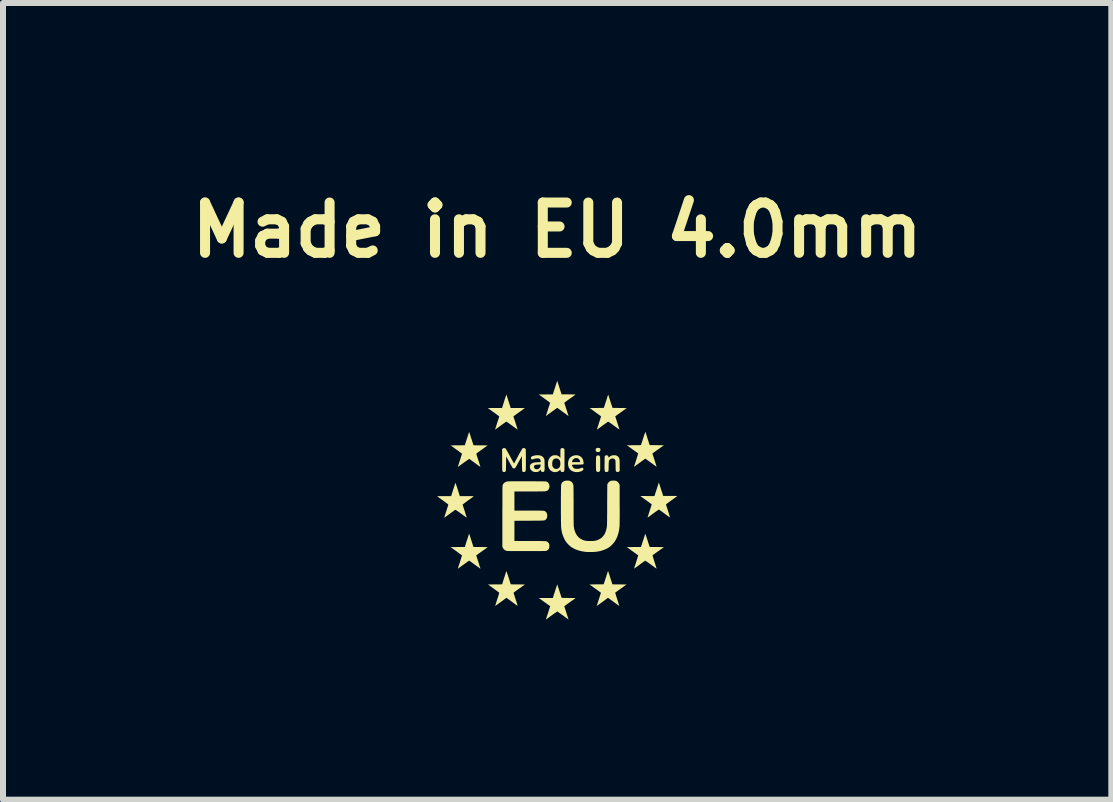
<source format=kicad_pcb>
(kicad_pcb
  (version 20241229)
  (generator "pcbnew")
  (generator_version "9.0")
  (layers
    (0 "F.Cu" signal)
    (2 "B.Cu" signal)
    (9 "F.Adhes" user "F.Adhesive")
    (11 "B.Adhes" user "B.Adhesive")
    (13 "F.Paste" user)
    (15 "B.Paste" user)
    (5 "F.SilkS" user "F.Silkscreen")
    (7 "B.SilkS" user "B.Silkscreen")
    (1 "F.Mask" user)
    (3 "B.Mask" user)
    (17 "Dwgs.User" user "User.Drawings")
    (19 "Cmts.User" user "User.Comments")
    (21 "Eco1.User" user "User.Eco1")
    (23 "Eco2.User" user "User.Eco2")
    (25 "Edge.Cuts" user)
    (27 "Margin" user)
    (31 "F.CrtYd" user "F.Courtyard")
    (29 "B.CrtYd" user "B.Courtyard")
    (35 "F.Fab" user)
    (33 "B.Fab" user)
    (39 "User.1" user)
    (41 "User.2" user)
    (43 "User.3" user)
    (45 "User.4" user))
  (footprint "Made in EU 4.0mm"
    (layer "F.Cu")
    (at 6.232 5.283)
    (property "Reference" "Made in EU 4.0mm" (at 0 -4.5 180) (layer "F.SilkS") (effects (font (size 0.838 0.838) (thickness 0.167))))
    (attr board_only exclude_from_pos_files exclude_from_bom)
    (fp_poly (pts (xy 0.694 -0.871) (xy 0.707 -0.867) (xy 0.716 -0.86) (xy 0.72 -0.848) (xy 0.721 -0.837) (xy 0.718 -0.823) (xy 0.711 -0.811) (xy 0.702 -0.805) (xy 0.692 -0.802) (xy 0.679 -0.801) (xy 0.666 -0.803) (xy 0.659 -0.805) (xy 0.649 -0.812) (xy 0.644 -0.823) (xy 0.641 -0.835) (xy 0.642 -0.848) (xy 0.647 -0.859) (xy 0.651 -0.864) (xy 0.657 -0.868) (xy 0.665 -0.87) (xy 0.677 -0.872)) (stroke (width 0) (type solid)) (fill yes) (layer "F.SilkS"))
    (fp_poly (pts (xy 0.696 -0.745) (xy 0.706 -0.739) (xy 0.713 -0.727) (xy 0.715 -0.72) (xy 0.715 -0.714) (xy 0.716 -0.703) (xy 0.716 -0.687) (xy 0.717 -0.668) (xy 0.717 -0.647) (xy 0.717 -0.624) (xy 0.717 -0.601) (xy 0.717 -0.578) (xy 0.717 -0.557) (xy 0.717 -0.538) (xy 0.717 -0.521) (xy 0.716 -0.509) (xy 0.716 -0.502) (xy 0.711 -0.487) (xy 0.705 -0.479) (xy 0.699 -0.474) (xy 0.693 -0.471) (xy 0.683 -0.47) (xy 0.682 -0.47) (xy 0.67 -0.472) (xy 0.66 -0.476) (xy 0.66 -0.476) (xy 0.654 -0.484) (xy 0.649 -0.493) (xy 0.649 -0.494) (xy 0.648 -0.5) (xy 0.648 -0.511) (xy 0.647 -0.526) (xy 0.647 -0.545) (xy 0.646 -0.566) (xy 0.646 -0.589) (xy 0.646 -0.612) (xy 0.646 -0.636) (xy 0.646 -0.658) (xy 0.647 -0.679) (xy 0.647 -0.696) (xy 0.648 -0.711) (xy 0.649 -0.72) (xy 0.649 -0.724) (xy 0.655 -0.736) (xy 0.665 -0.744) (xy 0.679 -0.747) (xy 0.682 -0.747)) (stroke (width 0) (type solid)) (fill yes) (layer "F.SilkS"))
    (fp_poly (pts (xy 1.47 -1.138) (xy 1.47 -1.137) (xy 1.472 -1.134) (xy 1.474 -1.125) (xy 1.479 -1.112) (xy 1.484 -1.095) (xy 1.491 -1.075) (xy 1.498 -1.053) (xy 1.506 -1.028) (xy 1.506 -1.026) (xy 1.541 -0.918) (xy 1.659 -0.917) (xy 1.778 -0.915) (xy 1.682 -0.847) (xy 1.661 -0.832) (xy 1.642 -0.818) (xy 1.625 -0.806) (xy 1.61 -0.795) (xy 1.599 -0.786) (xy 1.591 -0.78) (xy 1.587 -0.777) (xy 1.587 -0.777) (xy 1.588 -0.774) (xy 1.59 -0.766) (xy 1.594 -0.753) (xy 1.6 -0.737) (xy 1.606 -0.718) (xy 1.613 -0.695) (xy 1.621 -0.672) (xy 1.622 -0.667) (xy 1.63 -0.643) (xy 1.637 -0.62) (xy 1.644 -0.6) (xy 1.649 -0.583) (xy 1.653 -0.57) (xy 1.656 -0.561) (xy 1.657 -0.557) (xy 1.657 -0.557) (xy 1.654 -0.559) (xy 1.647 -0.563) (xy 1.637 -0.571) (xy 1.623 -0.581) (xy 1.607 -0.592) (xy 1.588 -0.606) (xy 1.568 -0.621) (xy 1.562 -0.625) (xy 1.469 -0.693) (xy 1.38 -0.628) (xy 1.355 -0.61) (xy 1.335 -0.595) (xy 1.319 -0.583) (xy 1.306 -0.574) (xy 1.296 -0.567) (xy 1.289 -0.562) (xy 1.285 -0.56) (xy 1.282 -0.558) (xy 1.281 -0.559) (xy 1.281 -0.56) (xy 1.281 -0.561) (xy 1.281 -0.562) (xy 1.291 -0.591) (xy 1.3 -0.62) (xy 1.31 -0.648) (xy 1.318 -0.675) (xy 1.326 -0.7) (xy 1.333 -0.723) (xy 1.339 -0.742) (xy 1.344 -0.758) (xy 1.347 -0.77) (xy 1.349 -0.778) (xy 1.349 -0.78) (xy 1.346 -0.782) (xy 1.339 -0.787) (xy 1.328 -0.795) (xy 1.314 -0.805) (xy 1.297 -0.817) (xy 1.278 -0.831) (xy 1.258 -0.845) (xy 1.253 -0.849) (xy 1.16 -0.915) (xy 1.278 -0.916) (xy 1.396 -0.917) (xy 1.422 -0.997) (xy 1.432 -1.029) (xy 1.441 -1.056) (xy 1.448 -1.079) (xy 1.454 -1.097) (xy 1.459 -1.111) (xy 1.463 -1.122) (xy 1.465 -1.129) (xy 1.467 -1.134) (xy 1.469 -1.137) (xy 1.47 -1.138)) (stroke (width 0) (type solid)) (fill yes) (layer "F.SilkS"))
    (fp_poly (pts (xy 0.004 1.409) (xy 0.007 1.418) (xy 0.011 1.431) (xy 0.016 1.448) (xy 0.023 1.468) (xy 0.03 1.49) (xy 0.038 1.514) (xy 0.039 1.518) (xy 0.074 1.627) (xy 0.191 1.629) (xy 0.308 1.63) (xy 0.22 1.693) (xy 0.2 1.708) (xy 0.181 1.721) (xy 0.163 1.734) (xy 0.149 1.744) (xy 0.137 1.753) (xy 0.129 1.759) (xy 0.126 1.761) (xy 0.119 1.767) (xy 0.153 1.874) (xy 0.161 1.898) (xy 0.168 1.921) (xy 0.175 1.941) (xy 0.18 1.958) (xy 0.185 1.972) (xy 0.188 1.981) (xy 0.189 1.985) (xy 0.189 1.985) (xy 0.189 1.988) (xy 0.187 1.987) (xy 0.183 1.984) (xy 0.175 1.978) (xy 0.163 1.969) (xy 0.149 1.959) (xy 0.133 1.947) (xy 0.115 1.934) (xy 0.097 1.921) (xy 0.079 1.908) (xy 0.061 1.895) (xy 0.045 1.883) (xy 0.03 1.873) (xy 0.018 1.864) (xy 0.01 1.858) (xy 0.005 1.854) (xy 0.004 1.854) (xy 0.001 1.855) (xy -0.006 1.86) (xy -0.017 1.867) (xy -0.03 1.876) (xy -0.046 1.887) (xy -0.064 1.899) (xy -0.082 1.912) (xy -0.101 1.926) (xy -0.12 1.939) (xy -0.138 1.953) (xy -0.155 1.965) (xy -0.17 1.976) (xy -0.182 1.985) (xy -0.184 1.987) (xy -0.187 1.989) (xy -0.187 1.986) (xy -0.187 1.986) (xy -0.186 1.982) (xy -0.183 1.973) (xy -0.179 1.96) (xy -0.174 1.944) (xy -0.168 1.925) (xy -0.161 1.905) (xy -0.154 1.884) (xy -0.147 1.863) (xy -0.141 1.842) (xy -0.135 1.823) (xy -0.129 1.806) (xy -0.125 1.792) (xy -0.122 1.783) (xy -0.12 1.778) (xy -0.116 1.766) (xy -0.212 1.697) (xy -0.307 1.629) (xy -0.19 1.629) (xy -0.072 1.629) (xy -0.051 1.562) (xy -0.043 1.54) (xy -0.036 1.516) (xy -0.028 1.491) (xy -0.021 1.469) (xy -0.015 1.451) (xy -0.014 1.449) (xy -0.009 1.433) (xy -0.004 1.421) (xy -0.001 1.411) (xy 0.002 1.406) (xy 0.003 1.405)) (stroke (width 0) (type solid)) (fill yes) (layer "F.SilkS"))
    (fp_poly (pts (xy -0.822 -1.685) (xy -0.815 -1.662) (xy -0.807 -1.639) (xy -0.8 -1.617) (xy -0.794 -1.598) (xy -0.788 -1.581) (xy -0.786 -1.573) (xy -0.774 -1.536) (xy -0.655 -1.536) (xy -0.537 -1.535) (xy -0.622 -1.474) (xy -0.643 -1.459) (xy -0.662 -1.446) (xy -0.679 -1.433) (xy -0.694 -1.422) (xy -0.706 -1.413) (xy -0.714 -1.407) (xy -0.718 -1.405) (xy -0.729 -1.396) (xy -0.693 -1.287) (xy -0.686 -1.263) (xy -0.679 -1.24) (xy -0.672 -1.22) (xy -0.667 -1.203) (xy -0.663 -1.19) (xy -0.66 -1.181) (xy -0.659 -1.177) (xy -0.659 -1.177) (xy -0.662 -1.178) (xy -0.669 -1.183) (xy -0.679 -1.19) (xy -0.693 -1.2) (xy -0.709 -1.212) (xy -0.728 -1.225) (xy -0.748 -1.24) (xy -0.75 -1.242) (xy -0.771 -1.257) (xy -0.79 -1.27) (xy -0.807 -1.283) (xy -0.821 -1.293) (xy -0.833 -1.301) (xy -0.841 -1.307) (xy -0.844 -1.309) (xy -0.844 -1.309) (xy -0.847 -1.308) (xy -0.855 -1.303) (xy -0.866 -1.296) (xy -0.88 -1.286) (xy -0.897 -1.274) (xy -0.916 -1.261) (xy -0.936 -1.246) (xy -0.94 -1.243) (xy -0.961 -1.228) (xy -0.98 -1.214) (xy -0.997 -1.202) (xy -1.011 -1.192) (xy -1.022 -1.184) (xy -1.03 -1.178) (xy -1.034 -1.176) (xy -1.034 -1.176) (xy -1.033 -1.179) (xy -1.031 -1.187) (xy -1.027 -1.199) (xy -1.022 -1.215) (xy -1.016 -1.234) (xy -1.009 -1.256) (xy -1.002 -1.28) (xy -1 -1.285) (xy -0.992 -1.31) (xy -0.985 -1.332) (xy -0.978 -1.352) (xy -0.973 -1.369) (xy -0.969 -1.383) (xy -0.966 -1.392) (xy -0.965 -1.396) (xy -0.965 -1.396) (xy -0.967 -1.398) (xy -0.974 -1.403) (xy -0.984 -1.411) (xy -0.998 -1.421) (xy -1.014 -1.433) (xy -1.033 -1.447) (xy -1.054 -1.462) (xy -1.06 -1.466) (xy -1.156 -1.535) (xy -1.037 -1.536) (xy -0.918 -1.536) (xy -0.89 -1.625) (xy -0.883 -1.648) (xy -0.876 -1.671) (xy -0.869 -1.692) (xy -0.863 -1.71) (xy -0.858 -1.725) (xy -0.855 -1.735) (xy -0.854 -1.737) (xy -0.846 -1.761)) (stroke (width 0) (type solid)) (fill yes) (layer "F.SilkS"))
    (fp_poly (pts (xy -0.845 1.184) (xy -0.842 1.191) (xy -0.837 1.203) (xy -0.832 1.219) (xy -0.826 1.238) (xy -0.818 1.259) (xy -0.811 1.283) (xy -0.808 1.291) (xy -0.773 1.402) (xy -0.655 1.403) (xy -0.537 1.404) (xy -0.632 1.472) (xy -0.653 1.487) (xy -0.672 1.501) (xy -0.689 1.513) (xy -0.704 1.524) (xy -0.715 1.533) (xy -0.723 1.539) (xy -0.726 1.542) (xy -0.726 1.542) (xy -0.726 1.545) (xy -0.723 1.553) (xy -0.719 1.566) (xy -0.714 1.583) (xy -0.708 1.602) (xy -0.701 1.624) (xy -0.693 1.648) (xy -0.692 1.651) (xy -0.684 1.675) (xy -0.677 1.697) (xy -0.671 1.717) (xy -0.666 1.734) (xy -0.662 1.747) (xy -0.66 1.756) (xy -0.659 1.76) (xy -0.659 1.76) (xy -0.661 1.759) (xy -0.667 1.755) (xy -0.676 1.749) (xy -0.685 1.743) (xy -0.694 1.737) (xy -0.707 1.727) (xy -0.723 1.715) (xy -0.741 1.702) (xy -0.76 1.688) (xy -0.777 1.675) (xy -0.845 1.626) (xy -0.926 1.686) (xy -0.946 1.7) (xy -0.965 1.714) (xy -0.983 1.727) (xy -0.998 1.737) (xy -1.009 1.746) (xy -1.018 1.752) (xy -1.021 1.754) (xy -1.028 1.759) (xy -1.032 1.761) (xy -1.033 1.76) (xy -1.032 1.756) (xy -1.03 1.752) (xy -1.027 1.742) (xy -1.023 1.729) (xy -1.017 1.711) (xy -1.011 1.691) (xy -1.004 1.669) (xy -0.997 1.647) (xy -0.989 1.623) (xy -0.982 1.602) (xy -0.977 1.582) (xy -0.972 1.566) (xy -0.968 1.553) (xy -0.966 1.545) (xy -0.965 1.541) (xy -0.968 1.539) (xy -0.975 1.533) (xy -0.986 1.525) (xy -1 1.515) (xy -1.017 1.502) (xy -1.035 1.489) (xy -1.056 1.474) (xy -1.06 1.471) (xy -1.153 1.404) (xy -1.035 1.403) (xy -0.917 1.402) (xy -0.911 1.384) (xy -0.906 1.365) (xy -0.899 1.344) (xy -0.892 1.322) (xy -0.885 1.299) (xy -0.877 1.276) (xy -0.87 1.255) (xy -0.864 1.234) (xy -0.858 1.216) (xy -0.853 1.201) (xy -0.849 1.19) (xy -0.847 1.183) (xy -0.846 1.181)) (stroke (width 0) (type solid)) (fill yes) (layer "F.SilkS"))
    (fp_poly (pts (xy 0.332 -0.749) (xy 0.357 -0.744) (xy 0.379 -0.734) (xy 0.399 -0.72) (xy 0.415 -0.703) (xy 0.424 -0.688) (xy 0.432 -0.669) (xy 0.437 -0.648) (xy 0.44 -0.627) (xy 0.441 -0.62) (xy 0.441 -0.613) (xy 0.44 -0.608) (xy 0.439 -0.603) (xy 0.435 -0.6) (xy 0.43 -0.597) (xy 0.422 -0.596) (xy 0.41 -0.595) (xy 0.395 -0.594) (xy 0.375 -0.593) (xy 0.349 -0.593) (xy 0.338 -0.593) (xy 0.311 -0.593) (xy 0.291 -0.593) (xy 0.275 -0.592) (xy 0.263 -0.592) (xy 0.255 -0.59) (xy 0.25 -0.589) (xy 0.248 -0.586) (xy 0.248 -0.583) (xy 0.249 -0.578) (xy 0.251 -0.573) (xy 0.252 -0.57) (xy 0.259 -0.554) (xy 0.268 -0.543) (xy 0.28 -0.533) (xy 0.284 -0.531) (xy 0.291 -0.527) (xy 0.298 -0.525) (xy 0.305 -0.523) (xy 0.314 -0.523) (xy 0.328 -0.523) (xy 0.332 -0.523) (xy 0.347 -0.523) (xy 0.359 -0.524) (xy 0.367 -0.525) (xy 0.376 -0.528) (xy 0.384 -0.531) (xy 0.399 -0.537) (xy 0.411 -0.541) (xy 0.419 -0.541) (xy 0.425 -0.539) (xy 0.43 -0.535) (xy 0.437 -0.525) (xy 0.438 -0.516) (xy 0.434 -0.506) (xy 0.426 -0.497) (xy 0.415 -0.489) (xy 0.4 -0.482) (xy 0.383 -0.476) (xy 0.364 -0.471) (xy 0.344 -0.469) (xy 0.323 -0.468) (xy 0.302 -0.469) (xy 0.287 -0.472) (xy 0.259 -0.481) (xy 0.235 -0.494) (xy 0.215 -0.511) (xy 0.2 -0.532) (xy 0.189 -0.556) (xy 0.183 -0.585) (xy 0.181 -0.609) (xy 0.183 -0.634) (xy 0.247 -0.634) (xy 0.314 -0.634) (xy 0.381 -0.634) (xy 0.381 -0.644) (xy 0.38 -0.652) (xy 0.376 -0.663) (xy 0.374 -0.669) (xy 0.364 -0.684) (xy 0.35 -0.695) (xy 0.333 -0.701) (xy 0.327 -0.702) (xy 0.305 -0.701) (xy 0.286 -0.695) (xy 0.27 -0.684) (xy 0.258 -0.669) (xy 0.25 -0.649) (xy 0.249 -0.644) (xy 0.247 -0.634) (xy 0.183 -0.634) (xy 0.184 -0.64) (xy 0.191 -0.667) (xy 0.202 -0.691) (xy 0.219 -0.711) (xy 0.24 -0.728) (xy 0.255 -0.736) (xy 0.281 -0.745) (xy 0.307 -0.749)) (stroke (width 0) (type solid)) (fill yes) (layer "F.SilkS"))
    (fp_poly (pts (xy 0.849 1.182) (xy 0.85 1.185) (xy 0.852 1.19) (xy 0.854 1.198) (xy 0.858 1.209) (xy 0.863 1.223) (xy 0.869 1.242) (xy 0.876 1.264) (xy 0.885 1.292) (xy 0.895 1.325) (xy 0.898 1.332) (xy 0.92 1.402) (xy 1.038 1.403) (xy 1.156 1.404) (xy 1.063 1.471) (xy 1.042 1.486) (xy 1.023 1.5) (xy 1.005 1.512) (xy 0.991 1.523) (xy 0.979 1.531) (xy 0.971 1.536) (xy 0.967 1.539) (xy 0.967 1.539) (xy 0.968 1.542) (xy 0.97 1.55) (xy 0.973 1.563) (xy 0.978 1.579) (xy 0.984 1.599) (xy 0.991 1.621) (xy 0.999 1.645) (xy 1 1.651) (xy 1.008 1.675) (xy 1.015 1.698) (xy 1.022 1.718) (xy 1.027 1.735) (xy 1.031 1.748) (xy 1.034 1.757) (xy 1.035 1.761) (xy 1.035 1.762) (xy 1.033 1.76) (xy 1.026 1.755) (xy 1.015 1.748) (xy 1.001 1.738) (xy 0.985 1.726) (xy 0.966 1.713) (xy 0.946 1.698) (xy 0.941 1.694) (xy 0.847 1.626) (xy 0.832 1.637) (xy 0.812 1.652) (xy 0.792 1.667) (xy 0.771 1.682) (xy 0.75 1.698) (xy 0.73 1.712) (xy 0.712 1.725) (xy 0.695 1.737) (xy 0.681 1.747) (xy 0.67 1.755) (xy 0.663 1.76) (xy 0.659 1.762) (xy 0.659 1.763) (xy 0.659 1.761) (xy 0.659 1.76) (xy 0.66 1.757) (xy 0.663 1.749) (xy 0.667 1.737) (xy 0.672 1.721) (xy 0.678 1.703) (xy 0.684 1.683) (xy 0.691 1.662) (xy 0.698 1.64) (xy 0.705 1.619) (xy 0.711 1.599) (xy 0.717 1.58) (xy 0.722 1.565) (xy 0.726 1.553) (xy 0.729 1.545) (xy 0.729 1.542) (xy 0.729 1.542) (xy 0.727 1.54) (xy 0.72 1.535) (xy 0.71 1.527) (xy 0.696 1.517) (xy 0.68 1.505) (xy 0.661 1.491) (xy 0.64 1.476) (xy 0.634 1.472) (xy 0.539 1.404) (xy 0.657 1.402) (xy 0.775 1.401) (xy 0.811 1.29) (xy 0.819 1.266) (xy 0.826 1.243) (xy 0.833 1.223) (xy 0.838 1.206) (xy 0.843 1.193) (xy 0.846 1.184) (xy 0.848 1.181) (xy 0.848 1.18)) (stroke (width 0) (type solid)) (fill yes) (layer "F.SilkS"))
    (fp_poly (pts (xy 0.003 -1.984) (xy 0.006 -1.975) (xy 0.01 -1.963) (xy 0.015 -1.946) (xy 0.021 -1.926) (xy 0.029 -1.904) (xy 0.036 -1.88) (xy 0.038 -1.874) (xy 0.073 -1.764) (xy 0.191 -1.763) (xy 0.308 -1.761) (xy 0.214 -1.693) (xy 0.193 -1.678) (xy 0.173 -1.664) (xy 0.156 -1.652) (xy 0.142 -1.641) (xy 0.13 -1.633) (xy 0.123 -1.627) (xy 0.119 -1.624) (xy 0.119 -1.624) (xy 0.12 -1.621) (xy 0.122 -1.613) (xy 0.126 -1.601) (xy 0.131 -1.586) (xy 0.137 -1.568) (xy 0.143 -1.548) (xy 0.15 -1.526) (xy 0.157 -1.505) (xy 0.164 -1.484) (xy 0.17 -1.464) (xy 0.176 -1.445) (xy 0.181 -1.43) (xy 0.185 -1.417) (xy 0.188 -1.41) (xy 0.188 -1.408) (xy 0.189 -1.406) (xy 0.189 -1.405) (xy 0.188 -1.404) (xy 0.186 -1.406) (xy 0.181 -1.408) (xy 0.174 -1.413) (xy 0.165 -1.42) (xy 0.152 -1.429) (xy 0.135 -1.442) (xy 0.114 -1.457) (xy 0.101 -1.466) (xy 0.081 -1.481) (xy 0.063 -1.494) (xy 0.046 -1.507) (xy 0.032 -1.517) (xy 0.02 -1.525) (xy 0.013 -1.531) (xy 0.01 -1.533) (xy 0.001 -1.539) (xy -0.079 -1.481) (xy -0.099 -1.466) (xy -0.118 -1.452) (xy -0.136 -1.44) (xy -0.151 -1.429) (xy -0.163 -1.42) (xy -0.171 -1.414) (xy -0.174 -1.412) (xy -0.182 -1.406) (xy -0.186 -1.404) (xy -0.187 -1.405) (xy -0.186 -1.408) (xy -0.186 -1.408) (xy -0.185 -1.413) (xy -0.182 -1.422) (xy -0.178 -1.435) (xy -0.172 -1.451) (xy -0.166 -1.47) (xy -0.16 -1.491) (xy -0.153 -1.512) (xy -0.146 -1.534) (xy -0.139 -1.555) (xy -0.133 -1.574) (xy -0.127 -1.591) (xy -0.123 -1.605) (xy -0.12 -1.615) (xy -0.118 -1.621) (xy -0.118 -1.621) (xy -0.12 -1.624) (xy -0.126 -1.629) (xy -0.136 -1.638) (xy -0.15 -1.648) (xy -0.166 -1.66) (xy -0.185 -1.674) (xy -0.206 -1.689) (xy -0.211 -1.693) (xy -0.306 -1.761) (xy -0.189 -1.762) (xy -0.072 -1.763) (xy -0.051 -1.829) (xy -0.043 -1.851) (xy -0.036 -1.876) (xy -0.028 -1.9) (xy -0.021 -1.922) (xy -0.015 -1.94) (xy -0.014 -1.942) (xy -0.009 -1.958) (xy -0.005 -1.971) (xy -0.001 -1.981) (xy 0.001 -1.986) (xy 0.002 -1.987)) (stroke (width 0) (type solid)) (fill yes) (layer "F.SilkS"))
    (fp_poly (pts (xy 1.47 0.561) (xy 1.472 0.568) (xy 1.476 0.58) (xy 1.482 0.596) (xy 1.488 0.615) (xy 1.495 0.637) (xy 1.503 0.661) (xy 1.505 0.668) (xy 1.541 0.779) (xy 1.66 0.78) (xy 1.779 0.782) (xy 1.685 0.849) (xy 1.664 0.863) (xy 1.645 0.877) (xy 1.628 0.89) (xy 1.613 0.9) (xy 1.601 0.909) (xy 1.593 0.914) (xy 1.589 0.917) (xy 1.589 0.917) (xy 1.589 0.921) (xy 1.591 0.929) (xy 1.595 0.942) (xy 1.6 0.959) (xy 1.606 0.98) (xy 1.614 1.004) (xy 1.622 1.03) (xy 1.63 1.055) (xy 1.637 1.078) (xy 1.644 1.098) (xy 1.649 1.115) (xy 1.653 1.128) (xy 1.656 1.138) (xy 1.657 1.142) (xy 1.657 1.142) (xy 1.655 1.14) (xy 1.648 1.136) (xy 1.638 1.128) (xy 1.624 1.118) (xy 1.608 1.106) (xy 1.589 1.093) (xy 1.569 1.078) (xy 1.563 1.074) (xy 1.54 1.057) (xy 1.52 1.042) (xy 1.504 1.031) (xy 1.492 1.023) (xy 1.483 1.016) (xy 1.476 1.012) (xy 1.471 1.01) (xy 1.468 1.009) (xy 1.465 1.009) (xy 1.464 1.009) (xy 1.46 1.012) (xy 1.452 1.018) (xy 1.44 1.026) (xy 1.425 1.037) (xy 1.408 1.049) (xy 1.389 1.063) (xy 1.37 1.077) (xy 1.35 1.092) (xy 1.332 1.105) (xy 1.315 1.117) (xy 1.302 1.126) (xy 1.291 1.134) (xy 1.284 1.138) (xy 1.282 1.14) (xy 1.282 1.137) (xy 1.285 1.129) (xy 1.288 1.116) (xy 1.293 1.1) (xy 1.3 1.081) (xy 1.307 1.059) (xy 1.314 1.035) (xy 1.316 1.03) (xy 1.324 1.006) (xy 1.331 0.983) (xy 1.337 0.963) (xy 1.342 0.946) (xy 1.346 0.933) (xy 1.349 0.924) (xy 1.35 0.92) (xy 1.35 0.92) (xy 1.347 0.917) (xy 1.341 0.912) (xy 1.331 0.905) (xy 1.319 0.896) (xy 1.314 0.893) (xy 1.301 0.883) (xy 1.284 0.871) (xy 1.266 0.858) (xy 1.246 0.844) (xy 1.226 0.83) (xy 1.219 0.824) (xy 1.16 0.782) (xy 1.278 0.78) (xy 1.397 0.779) (xy 1.432 0.669) (xy 1.44 0.645) (xy 1.447 0.622) (xy 1.454 0.602) (xy 1.459 0.585) (xy 1.464 0.571) (xy 1.467 0.562) (xy 1.468 0.558) (xy 1.468 0.558)) (stroke (width 0) (type solid)) (fill yes) (layer "F.SilkS"))
    (fp_poly (pts (xy -1.465 0.56) (xy -1.464 0.563) (xy -1.461 0.572) (xy -1.457 0.585) (xy -1.451 0.602) (xy -1.445 0.622) (xy -1.438 0.645) (xy -1.43 0.669) (xy -1.429 0.671) (xy -1.395 0.779) (xy -1.276 0.78) (xy -1.157 0.782) (xy -1.252 0.85) (xy -1.273 0.865) (xy -1.292 0.879) (xy -1.31 0.891) (xy -1.324 0.902) (xy -1.336 0.91) (xy -1.344 0.916) (xy -1.348 0.918) (xy -1.348 0.919) (xy -1.347 0.922) (xy -1.345 0.929) (xy -1.341 0.942) (xy -1.336 0.958) (xy -1.33 0.977) (xy -1.323 1) (xy -1.315 1.024) (xy -1.313 1.03) (xy -1.305 1.055) (xy -1.298 1.078) (xy -1.292 1.098) (xy -1.286 1.115) (xy -1.282 1.128) (xy -1.279 1.137) (xy -1.278 1.142) (xy -1.278 1.142) (xy -1.281 1.14) (xy -1.287 1.136) (xy -1.298 1.128) (xy -1.311 1.118) (xy -1.328 1.106) (xy -1.346 1.093) (xy -1.366 1.078) (xy -1.37 1.076) (xy -1.39 1.061) (xy -1.409 1.047) (xy -1.426 1.034) (xy -1.441 1.024) (xy -1.452 1.015) (xy -1.46 1.01) (xy -1.464 1.007) (xy -1.464 1.007) (xy -1.467 1.009) (xy -1.474 1.013) (xy -1.486 1.02) (xy -1.5 1.03) (xy -1.517 1.042) (xy -1.536 1.056) (xy -1.556 1.071) (xy -1.561 1.074) (xy -1.582 1.089) (xy -1.601 1.103) (xy -1.618 1.116) (xy -1.633 1.126) (xy -1.644 1.134) (xy -1.652 1.14) (xy -1.655 1.142) (xy -1.655 1.142) (xy -1.654 1.139) (xy -1.652 1.131) (xy -1.648 1.119) (xy -1.643 1.102) (xy -1.637 1.083) (xy -1.629 1.061) (xy -1.622 1.037) (xy -1.62 1.031) (xy -1.612 1.007) (xy -1.605 0.984) (xy -1.599 0.964) (xy -1.593 0.947) (xy -1.589 0.933) (xy -1.587 0.924) (xy -1.586 0.92) (xy -1.586 0.919) (xy -1.588 0.917) (xy -1.595 0.912) (xy -1.606 0.904) (xy -1.62 0.894) (xy -1.637 0.882) (xy -1.656 0.868) (xy -1.676 0.853) (xy -1.681 0.849) (xy -1.776 0.782) (xy -1.657 0.78) (xy -1.538 0.779) (xy -1.515 0.706) (xy -1.508 0.683) (xy -1.5 0.66) (xy -1.493 0.638) (xy -1.487 0.618) (xy -1.481 0.601) (xy -1.479 0.594) (xy -1.475 0.58) (xy -1.471 0.569) (xy -1.467 0.562) (xy -1.465 0.559)) (stroke (width 0) (type solid)) (fill yes) (layer "F.SilkS"))
    (fp_poly (pts (xy 0.852 -1.753) (xy 0.855 -1.744) (xy 0.86 -1.731) (xy 0.865 -1.714) (xy 0.871 -1.694) (xy 0.879 -1.672) (xy 0.886 -1.648) (xy 0.887 -1.645) (xy 0.922 -1.538) (xy 1.04 -1.536) (xy 1.159 -1.535) (xy 1.064 -1.467) (xy 1.043 -1.451) (xy 1.024 -1.438) (xy 1.006 -1.425) (xy 0.992 -1.415) (xy 0.98 -1.406) (xy 0.972 -1.401) (xy 0.968 -1.398) (xy 0.968 -1.398) (xy 0.969 -1.395) (xy 0.971 -1.387) (xy 0.975 -1.375) (xy 0.98 -1.358) (xy 0.986 -1.339) (xy 0.993 -1.317) (xy 1.001 -1.293) (xy 1.003 -1.287) (xy 1.011 -1.263) (xy 1.018 -1.24) (xy 1.024 -1.22) (xy 1.03 -1.203) (xy 1.034 -1.19) (xy 1.036 -1.181) (xy 1.037 -1.177) (xy 1.037 -1.176) (xy 1.035 -1.178) (xy 1.028 -1.183) (xy 1.018 -1.19) (xy 1.004 -1.2) (xy 0.987 -1.212) (xy 0.969 -1.225) (xy 0.949 -1.24) (xy 0.946 -1.242) (xy 0.925 -1.257) (xy 0.906 -1.271) (xy 0.889 -1.283) (xy 0.874 -1.293) (xy 0.862 -1.301) (xy 0.854 -1.306) (xy 0.85 -1.308) (xy 0.85 -1.308) (xy 0.847 -1.307) (xy 0.839 -1.302) (xy 0.828 -1.294) (xy 0.814 -1.284) (xy 0.797 -1.272) (xy 0.778 -1.259) (xy 0.757 -1.244) (xy 0.755 -1.242) (xy 0.735 -1.227) (xy 0.716 -1.214) (xy 0.699 -1.201) (xy 0.685 -1.191) (xy 0.674 -1.183) (xy 0.666 -1.178) (xy 0.663 -1.176) (xy 0.663 -1.176) (xy 0.662 -1.178) (xy 0.664 -1.184) (xy 0.668 -1.197) (xy 0.673 -1.212) (xy 0.679 -1.231) (xy 0.686 -1.251) (xy 0.692 -1.272) (xy 0.699 -1.294) (xy 0.706 -1.316) (xy 0.713 -1.336) (xy 0.719 -1.355) (xy 0.724 -1.371) (xy 0.728 -1.384) (xy 0.73 -1.393) (xy 0.732 -1.397) (xy 0.732 -1.398) (xy 0.729 -1.4) (xy 0.722 -1.404) (xy 0.712 -1.412) (xy 0.698 -1.422) (xy 0.681 -1.434) (xy 0.662 -1.448) (xy 0.642 -1.462) (xy 0.636 -1.467) (xy 0.541 -1.535) (xy 0.66 -1.536) (xy 0.778 -1.538) (xy 0.799 -1.603) (xy 0.806 -1.626) (xy 0.814 -1.65) (xy 0.822 -1.673) (xy 0.829 -1.695) (xy 0.834 -1.713) (xy 0.835 -1.715) (xy 0.84 -1.73) (xy 0.844 -1.742) (xy 0.848 -1.751) (xy 0.85 -1.756) (xy 0.851 -1.756)) (stroke (width 0) (type solid)) (fill yes) (layer "F.SilkS"))
    (fp_poly (pts (xy -1.465 -1.133) (xy -1.462 -1.125) (xy -1.458 -1.113) (xy -1.452 -1.096) (xy -1.446 -1.077) (xy -1.439 -1.055) (xy -1.431 -1.031) (xy -1.429 -1.025) (xy -1.394 -0.915) (xy -1.276 -0.914) (xy -1.158 -0.913) (xy -1.254 -0.844) (xy -1.278 -0.827) (xy -1.298 -0.812) (xy -1.313 -0.801) (xy -1.326 -0.792) (xy -1.335 -0.784) (xy -1.341 -0.779) (xy -1.345 -0.775) (xy -1.347 -0.772) (xy -1.347 -0.77) (xy -1.347 -0.77) (xy -1.345 -0.765) (xy -1.342 -0.756) (xy -1.338 -0.742) (xy -1.333 -0.726) (xy -1.327 -0.707) (xy -1.32 -0.686) (xy -1.313 -0.665) (xy -1.306 -0.644) (xy -1.3 -0.623) (xy -1.294 -0.604) (xy -1.288 -0.587) (xy -1.284 -0.573) (xy -1.281 -0.563) (xy -1.279 -0.558) (xy -1.279 -0.557) (xy -1.279 -0.555) (xy -1.281 -0.556) (xy -1.284 -0.558) (xy -1.291 -0.563) (xy -1.302 -0.57) (xy -1.315 -0.58) (xy -1.331 -0.591) (xy -1.348 -0.604) (xy -1.366 -0.617) (xy -1.384 -0.63) (xy -1.402 -0.643) (xy -1.419 -0.655) (xy -1.434 -0.666) (xy -1.447 -0.676) (xy -1.456 -0.683) (xy -1.462 -0.687) (xy -1.463 -0.688) (xy -1.466 -0.687) (xy -1.474 -0.682) (xy -1.485 -0.675) (xy -1.499 -0.665) (xy -1.516 -0.653) (xy -1.536 -0.639) (xy -1.557 -0.624) (xy -1.56 -0.622) (xy -1.581 -0.607) (xy -1.6 -0.593) (xy -1.617 -0.581) (xy -1.632 -0.57) (xy -1.643 -0.562) (xy -1.651 -0.556) (xy -1.655 -0.554) (xy -1.655 -0.554) (xy -1.655 -0.556) (xy -1.654 -0.558) (xy -1.653 -0.562) (xy -1.65 -0.571) (xy -1.646 -0.584) (xy -1.64 -0.601) (xy -1.634 -0.621) (xy -1.627 -0.643) (xy -1.619 -0.666) (xy -1.612 -0.69) (xy -1.605 -0.712) (xy -1.598 -0.732) (xy -1.593 -0.748) (xy -1.589 -0.761) (xy -1.586 -0.769) (xy -1.585 -0.773) (xy -1.587 -0.775) (xy -1.593 -0.78) (xy -1.604 -0.788) (xy -1.617 -0.799) (xy -1.634 -0.811) (xy -1.652 -0.825) (xy -1.673 -0.84) (xy -1.679 -0.844) (xy -1.774 -0.913) (xy -1.657 -0.914) (xy -1.539 -0.915) (xy -1.524 -0.96) (xy -1.519 -0.977) (xy -1.512 -0.998) (xy -1.505 -1.021) (xy -1.497 -1.044) (xy -1.49 -1.067) (xy -1.489 -1.071) (xy -1.483 -1.09) (xy -1.477 -1.106) (xy -1.472 -1.12) (xy -1.469 -1.13) (xy -1.466 -1.136) (xy -1.466 -1.136)) (stroke (width 0) (type solid)) (fill yes) (layer "F.SilkS"))
    (fp_poly (pts (xy 0.963 -0.749) (xy 0.973 -0.748) (xy 0.981 -0.746) (xy 0.989 -0.743) (xy 0.995 -0.74) (xy 1.01 -0.731) (xy 1.021 -0.72) (xy 1.03 -0.704) (xy 1.034 -0.696) (xy 1.036 -0.691) (xy 1.037 -0.687) (xy 1.038 -0.681) (xy 1.039 -0.674) (xy 1.04 -0.664) (xy 1.04 -0.652) (xy 1.041 -0.636) (xy 1.041 -0.615) (xy 1.041 -0.59) (xy 1.041 -0.584) (xy 1.042 -0.488) (xy 1.034 -0.479) (xy 1.023 -0.472) (xy 1.009 -0.47) (xy 0.996 -0.471) (xy 0.987 -0.475) (xy 0.983 -0.478) (xy 0.98 -0.482) (xy 0.978 -0.488) (xy 0.976 -0.496) (xy 0.975 -0.507) (xy 0.974 -0.522) (xy 0.974 -0.541) (xy 0.974 -0.565) (xy 0.974 -0.574) (xy 0.973 -0.599) (xy 0.973 -0.621) (xy 0.972 -0.639) (xy 0.972 -0.653) (xy 0.971 -0.661) (xy 0.97 -0.662) (xy 0.964 -0.676) (xy 0.953 -0.687) (xy 0.939 -0.694) (xy 0.934 -0.695) (xy 0.917 -0.695) (xy 0.9 -0.691) (xy 0.885 -0.683) (xy 0.879 -0.678) (xy 0.873 -0.673) (xy 0.869 -0.667) (xy 0.865 -0.662) (xy 0.863 -0.655) (xy 0.861 -0.645) (xy 0.86 -0.634) (xy 0.859 -0.618) (xy 0.858 -0.599) (xy 0.858 -0.574) (xy 0.857 -0.566) (xy 0.857 -0.542) (xy 0.857 -0.523) (xy 0.856 -0.509) (xy 0.855 -0.499) (xy 0.855 -0.491) (xy 0.854 -0.486) (xy 0.852 -0.483) (xy 0.851 -0.48) (xy 0.85 -0.479) (xy 0.84 -0.473) (xy 0.827 -0.47) (xy 0.814 -0.471) (xy 0.808 -0.472) (xy 0.803 -0.474) (xy 0.799 -0.476) (xy 0.796 -0.48) (xy 0.793 -0.486) (xy 0.792 -0.494) (xy 0.791 -0.506) (xy 0.79 -0.52) (xy 0.789 -0.539) (xy 0.789 -0.562) (xy 0.789 -0.591) (xy 0.79 -0.614) (xy 0.79 -0.644) (xy 0.79 -0.668) (xy 0.79 -0.687) (xy 0.791 -0.703) (xy 0.791 -0.714) (xy 0.792 -0.723) (xy 0.792 -0.729) (xy 0.793 -0.733) (xy 0.794 -0.736) (xy 0.796 -0.738) (xy 0.796 -0.738) (xy 0.806 -0.745) (xy 0.818 -0.748) (xy 0.83 -0.748) (xy 0.842 -0.744) (xy 0.851 -0.734) (xy 0.855 -0.721) (xy 0.856 -0.72) (xy 0.858 -0.706) (xy 0.87 -0.719) (xy 0.88 -0.728) (xy 0.894 -0.737) (xy 0.9 -0.74) (xy 0.909 -0.744) (xy 0.918 -0.747) (xy 0.927 -0.748) (xy 0.939 -0.749) (xy 0.948 -0.749)) (stroke (width 0) (type solid)) (fill yes) (layer "F.SilkS"))
    (fp_poly (pts (xy 0.099 -0.867) (xy 0.11 -0.861) (xy 0.114 -0.858) (xy 0.122 -0.848) (xy 0.122 -0.671) (xy 0.122 -0.633) (xy 0.122 -0.6) (xy 0.122 -0.572) (xy 0.122 -0.549) (xy 0.121 -0.53) (xy 0.121 -0.515) (xy 0.12 -0.503) (xy 0.119 -0.494) (xy 0.118 -0.487) (xy 0.116 -0.482) (xy 0.115 -0.479) (xy 0.112 -0.477) (xy 0.11 -0.475) (xy 0.107 -0.473) (xy 0.098 -0.471) (xy 0.087 -0.47) (xy 0.076 -0.471) (xy 0.068 -0.473) (xy 0.062 -0.479) (xy 0.057 -0.489) (xy 0.054 -0.5) (xy 0.054 -0.505) (xy 0.054 -0.513) (xy 0.044 -0.502) (xy 0.028 -0.487) (xy 0.009 -0.476) (xy -0.013 -0.47) (xy -0.037 -0.468) (xy -0.061 -0.47) (xy -0.066 -0.471) (xy -0.088 -0.481) (xy -0.109 -0.495) (xy -0.126 -0.513) (xy -0.139 -0.536) (xy -0.148 -0.562) (xy -0.149 -0.564) (xy -0.151 -0.577) (xy -0.152 -0.593) (xy -0.152 -0.609) (xy -0.082 -0.609) (xy -0.082 -0.593) (xy -0.081 -0.582) (xy -0.079 -0.573) (xy -0.077 -0.566) (xy -0.075 -0.561) (xy -0.065 -0.544) (xy -0.052 -0.531) (xy -0.036 -0.524) (xy -0.017 -0.521) (xy -0.015 -0.521) (xy -0.001 -0.522) (xy 0.012 -0.526) (xy 0.013 -0.527) (xy 0.029 -0.537) (xy 0.041 -0.552) (xy 0.049 -0.571) (xy 0.053 -0.595) (xy 0.053 -0.6) (xy 0.053 -0.627) (xy 0.048 -0.65) (xy 0.039 -0.668) (xy 0.027 -0.682) (xy 0.015 -0.69) (xy -0.001 -0.695) (xy -0.019 -0.696) (xy -0.037 -0.693) (xy -0.052 -0.686) (xy -0.062 -0.678) (xy -0.071 -0.666) (xy -0.077 -0.652) (xy -0.08 -0.635) (xy -0.082 -0.614) (xy -0.082 -0.609) (xy -0.152 -0.609) (xy -0.152 -0.612) (xy -0.152 -0.63) (xy -0.15 -0.645) (xy -0.149 -0.653) (xy -0.139 -0.68) (xy -0.126 -0.704) (xy -0.109 -0.723) (xy -0.089 -0.737) (xy -0.083 -0.74) (xy -0.073 -0.744) (xy -0.065 -0.747) (xy -0.056 -0.748) (xy -0.044 -0.749) (xy -0.034 -0.749) (xy -0.02 -0.748) (xy -0.01 -0.748) (xy -0.002 -0.746) (xy 0.006 -0.743) (xy 0.013 -0.74) (xy 0.025 -0.733) (xy 0.036 -0.724) (xy 0.042 -0.718) (xy 0.054 -0.705) (xy 0.054 -0.775) (xy 0.054 -0.802) (xy 0.054 -0.823) (xy 0.055 -0.839) (xy 0.056 -0.849) (xy 0.057 -0.853) (xy 0.064 -0.861) (xy 0.074 -0.867) (xy 0.086 -0.869)) (stroke (width 0) (type solid)) (fill yes) (layer "F.SilkS"))
    (fp_poly (pts (xy -0.314 -0.749) (xy -0.286 -0.746) (xy -0.263 -0.738) (xy -0.244 -0.726) (xy -0.229 -0.711) (xy -0.218 -0.691) (xy -0.217 -0.689) (xy -0.215 -0.683) (xy -0.213 -0.678) (xy -0.212 -0.671) (xy -0.211 -0.663) (xy -0.211 -0.652) (xy -0.21 -0.638) (xy -0.21 -0.62) (xy -0.209 -0.597) (xy -0.209 -0.595) (xy -0.209 -0.565) (xy -0.209 -0.54) (xy -0.209 -0.521) (xy -0.21 -0.505) (xy -0.212 -0.494) (xy -0.214 -0.485) (xy -0.217 -0.479) (xy -0.221 -0.475) (xy -0.227 -0.472) (xy -0.232 -0.471) (xy -0.247 -0.47) (xy -0.259 -0.474) (xy -0.268 -0.483) (xy -0.273 -0.497) (xy -0.274 -0.501) (xy -0.275 -0.514) (xy -0.282 -0.502) (xy -0.294 -0.489) (xy -0.309 -0.478) (xy -0.329 -0.471) (xy -0.351 -0.469) (xy -0.375 -0.47) (xy -0.379 -0.47) (xy -0.397 -0.475) (xy -0.413 -0.484) (xy -0.43 -0.497) (xy -0.431 -0.499) (xy -0.44 -0.509) (xy -0.446 -0.519) (xy -0.451 -0.53) (xy -0.451 -0.531) (xy -0.455 -0.552) (xy -0.454 -0.557) (xy -0.386 -0.557) (xy -0.385 -0.545) (xy -0.383 -0.54) (xy -0.373 -0.527) (xy -0.36 -0.519) (xy -0.344 -0.515) (xy -0.326 -0.517) (xy -0.321 -0.518) (xy -0.305 -0.526) (xy -0.292 -0.537) (xy -0.283 -0.553) (xy -0.277 -0.571) (xy -0.276 -0.578) (xy -0.275 -0.594) (xy -0.31 -0.593) (xy -0.335 -0.592) (xy -0.355 -0.589) (xy -0.37 -0.584) (xy -0.379 -0.578) (xy -0.379 -0.578) (xy -0.384 -0.569) (xy -0.386 -0.557) (xy -0.454 -0.557) (xy -0.453 -0.573) (xy -0.447 -0.589) (xy -0.441 -0.599) (xy -0.434 -0.606) (xy -0.424 -0.612) (xy -0.414 -0.617) (xy -0.402 -0.622) (xy -0.388 -0.626) (xy -0.371 -0.629) (xy -0.351 -0.631) (xy -0.327 -0.633) (xy -0.316 -0.633) (xy -0.274 -0.635) (xy -0.276 -0.652) (xy -0.279 -0.668) (xy -0.284 -0.68) (xy -0.292 -0.689) (xy -0.296 -0.691) (xy -0.305 -0.695) (xy -0.319 -0.696) (xy -0.335 -0.696) (xy -0.353 -0.695) (xy -0.371 -0.692) (xy -0.387 -0.687) (xy -0.388 -0.687) (xy -0.403 -0.681) (xy -0.414 -0.679) (xy -0.423 -0.68) (xy -0.429 -0.684) (xy -0.432 -0.687) (xy -0.437 -0.697) (xy -0.437 -0.709) (xy -0.432 -0.72) (xy -0.427 -0.725) (xy -0.416 -0.732) (xy -0.4 -0.738) (xy -0.381 -0.743) (xy -0.361 -0.747) (xy -0.34 -0.749) (xy -0.32 -0.75)) (stroke (width 0) (type solid)) (fill yes) (layer "F.SilkS"))
    (fp_poly (pts (xy -1.693 -0.287) (xy -1.69 -0.28) (xy -1.686 -0.268) (xy -1.681 -0.252) (xy -1.674 -0.233) (xy -1.667 -0.211) (xy -1.659 -0.187) (xy -1.657 -0.18) (xy -1.622 -0.068) (xy -1.504 -0.068) (xy -1.473 -0.068) (xy -1.446 -0.068) (xy -1.424 -0.068) (xy -1.407 -0.067) (xy -1.395 -0.067) (xy -1.39 -0.066) (xy -1.389 -0.066) (xy -1.392 -0.063) (xy -1.399 -0.058) (xy -1.409 -0.05) (xy -1.423 -0.04) (xy -1.44 -0.027) (xy -1.459 -0.014) (xy -1.48 0.001) (xy -1.483 0.003) (xy -1.503 0.018) (xy -1.522 0.032) (xy -1.539 0.045) (xy -1.553 0.055) (xy -1.564 0.064) (xy -1.572 0.069) (xy -1.575 0.072) (xy -1.575 0.072) (xy -1.574 0.076) (xy -1.572 0.084) (xy -1.568 0.097) (xy -1.562 0.113) (xy -1.556 0.133) (xy -1.549 0.155) (xy -1.541 0.179) (xy -1.54 0.182) (xy -1.533 0.206) (xy -1.526 0.229) (xy -1.52 0.248) (xy -1.514 0.265) (xy -1.51 0.278) (xy -1.508 0.287) (xy -1.507 0.29) (xy -1.507 0.29) (xy -1.51 0.289) (xy -1.517 0.284) (xy -1.527 0.277) (xy -1.541 0.267) (xy -1.557 0.256) (xy -1.576 0.242) (xy -1.596 0.227) (xy -1.6 0.225) (xy -1.623 0.208) (xy -1.643 0.193) (xy -1.661 0.181) (xy -1.676 0.171) (xy -1.687 0.164) (xy -1.694 0.16) (xy -1.696 0.159) (xy -1.699 0.161) (xy -1.707 0.166) (xy -1.718 0.174) (xy -1.732 0.184) (xy -1.749 0.197) (xy -1.768 0.21) (xy -1.787 0.224) (xy -1.811 0.242) (xy -1.83 0.256) (xy -1.846 0.267) (xy -1.858 0.276) (xy -1.867 0.282) (xy -1.873 0.286) (xy -1.877 0.289) (xy -1.88 0.291) (xy -1.881 0.291) (xy -1.882 0.291) (xy -1.882 0.29) (xy -1.881 0.287) (xy -1.878 0.279) (xy -1.874 0.266) (xy -1.869 0.25) (xy -1.863 0.231) (xy -1.856 0.209) (xy -1.848 0.185) (xy -1.847 0.183) (xy -1.84 0.158) (xy -1.832 0.136) (xy -1.826 0.116) (xy -1.821 0.099) (xy -1.817 0.086) (xy -1.814 0.077) (xy -1.813 0.073) (xy -1.813 0.073) (xy -1.815 0.071) (xy -1.822 0.065) (xy -1.833 0.057) (xy -1.846 0.046) (xy -1.863 0.034) (xy -1.882 0.02) (xy -1.902 0.006) (xy -1.905 0.003) (xy -1.926 -0.012) (xy -1.945 -0.026) (xy -1.962 -0.038) (xy -1.977 -0.049) (xy -1.988 -0.057) (xy -1.996 -0.063) (xy -1.999 -0.066) (xy -1.999 -0.066) (xy -1.997 -0.066) (xy -1.989 -0.067) (xy -1.976 -0.067) (xy -1.96 -0.068) (xy -1.939 -0.068) (xy -1.916 -0.068) (xy -1.89 -0.068) (xy -1.883 -0.068) (xy -1.766 -0.068) (xy -1.76 -0.087) (xy -1.754 -0.107) (xy -1.747 -0.129) (xy -1.739 -0.152) (xy -1.732 -0.176) (xy -1.725 -0.198) (xy -1.718 -0.22) (xy -1.711 -0.24) (xy -1.705 -0.258) (xy -1.701 -0.272) (xy -1.697 -0.283) (xy -1.695 -0.288) (xy -1.694 -0.289)) (stroke (width 0) (type solid)) (fill yes) (layer "F.SilkS"))
    (fp_poly (pts (xy -0.542 -0.866) (xy -0.533 -0.862) (xy -0.526 -0.853) (xy -0.524 -0.846) (xy -0.523 -0.841) (xy -0.523 -0.831) (xy -0.523 -0.816) (xy -0.522 -0.797) (xy -0.522 -0.776) (xy -0.522 -0.751) (xy -0.521 -0.724) (xy -0.521 -0.697) (xy -0.521 -0.668) (xy -0.521 -0.64) (xy -0.521 -0.612) (xy -0.521 -0.586) (xy -0.521 -0.562) (xy -0.521 -0.541) (xy -0.522 -0.523) (xy -0.522 -0.509) (xy -0.523 -0.5) (xy -0.523 -0.497) (xy -0.528 -0.484) (xy -0.536 -0.474) (xy -0.548 -0.47) (xy -0.562 -0.47) (xy -0.565 -0.471) (xy -0.57 -0.472) (xy -0.573 -0.474) (xy -0.577 -0.476) (xy -0.579 -0.48) (xy -0.581 -0.486) (xy -0.583 -0.494) (xy -0.584 -0.505) (xy -0.585 -0.519) (xy -0.585 -0.537) (xy -0.586 -0.56) (xy -0.586 -0.588) (xy -0.587 -0.612) (xy -0.588 -0.735) (xy -0.631 -0.656) (xy -0.647 -0.627) (xy -0.66 -0.604) (xy -0.67 -0.584) (xy -0.679 -0.569) (xy -0.686 -0.557) (xy -0.692 -0.548) (xy -0.696 -0.541) (xy -0.699 -0.537) (xy -0.702 -0.534) (xy -0.705 -0.532) (xy -0.708 -0.531) (xy -0.71 -0.53) (xy -0.724 -0.529) (xy -0.735 -0.532) (xy -0.741 -0.537) (xy -0.744 -0.541) (xy -0.749 -0.55) (xy -0.756 -0.562) (xy -0.765 -0.578) (xy -0.776 -0.597) (xy -0.787 -0.617) (xy -0.798 -0.637) (xy -0.85 -0.731) (xy -0.851 -0.61) (xy -0.852 -0.578) (xy -0.852 -0.552) (xy -0.853 -0.53) (xy -0.853 -0.513) (xy -0.855 -0.5) (xy -0.856 -0.49) (xy -0.858 -0.483) (xy -0.861 -0.477) (xy -0.864 -0.474) (xy -0.869 -0.472) (xy -0.874 -0.471) (xy -0.881 -0.469) (xy -0.881 -0.469) (xy -0.887 -0.469) (xy -0.895 -0.471) (xy -0.903 -0.475) (xy -0.91 -0.48) (xy -0.911 -0.481) (xy -0.912 -0.483) (xy -0.913 -0.486) (xy -0.914 -0.491) (xy -0.914 -0.497) (xy -0.915 -0.505) (xy -0.915 -0.517) (xy -0.915 -0.532) (xy -0.916 -0.55) (xy -0.916 -0.572) (xy -0.916 -0.6) (xy -0.916 -0.632) (xy -0.916 -0.667) (xy -0.917 -0.848) (xy -0.908 -0.858) (xy -0.903 -0.864) (xy -0.897 -0.867) (xy -0.889 -0.868) (xy -0.883 -0.868) (xy -0.873 -0.867) (xy -0.866 -0.866) (xy -0.86 -0.861) (xy -0.858 -0.859) (xy -0.855 -0.854) (xy -0.849 -0.845) (xy -0.841 -0.832) (xy -0.832 -0.815) (xy -0.82 -0.796) (xy -0.808 -0.774) (xy -0.795 -0.75) (xy -0.784 -0.73) (xy -0.771 -0.706) (xy -0.759 -0.683) (xy -0.747 -0.662) (xy -0.738 -0.645) (xy -0.729 -0.63) (xy -0.723 -0.62) (xy -0.719 -0.614) (xy -0.718 -0.612) (xy -0.716 -0.615) (xy -0.712 -0.622) (xy -0.705 -0.634) (xy -0.697 -0.65) (xy -0.687 -0.668) (xy -0.675 -0.689) (xy -0.663 -0.712) (xy -0.653 -0.73) (xy -0.64 -0.755) (xy -0.627 -0.778) (xy -0.615 -0.8) (xy -0.604 -0.819) (xy -0.595 -0.835) (xy -0.588 -0.847) (xy -0.583 -0.855) (xy -0.581 -0.857) (xy -0.576 -0.864) (xy -0.57 -0.867) (xy -0.563 -0.868) (xy -0.556 -0.868)) (stroke (width 0) (type solid)) (fill yes) (layer "F.SilkS"))
    (fp_poly (pts (xy 1.695 -0.289) (xy 1.698 -0.282) (xy 1.702 -0.27) (xy 1.707 -0.256) (xy 1.712 -0.239) (xy 1.712 -0.239) (xy 1.719 -0.218) (xy 1.727 -0.193) (xy 1.735 -0.168) (xy 1.743 -0.143) (xy 1.748 -0.129) (xy 1.766 -0.071) (xy 1.883 -0.071) (xy 1.909 -0.071) (xy 1.933 -0.071) (xy 1.954 -0.071) (xy 1.972 -0.071) (xy 1.986 -0.07) (xy 1.996 -0.07) (xy 2 -0.069) (xy 2.001 -0.069) (xy 1.998 -0.067) (xy 1.991 -0.062) (xy 1.981 -0.054) (xy 1.967 -0.044) (xy 1.951 -0.032) (xy 1.932 -0.018) (xy 1.911 -0.003) (xy 1.907 -0.000043) (xy 1.886 0.015) (xy 1.867 0.029) (xy 1.85 0.042) (xy 1.835 0.052) (xy 1.824 0.061) (xy 1.817 0.067) (xy 1.813 0.07) (xy 1.813 0.071) (xy 1.814 0.074) (xy 1.817 0.083) (xy 1.82 0.096) (xy 1.826 0.112) (xy 1.832 0.132) (xy 1.839 0.154) (xy 1.847 0.178) (xy 1.847 0.18) (xy 1.855 0.204) (xy 1.862 0.227) (xy 1.868 0.246) (xy 1.873 0.263) (xy 1.877 0.276) (xy 1.88 0.284) (xy 1.88 0.288) (xy 1.88 0.288) (xy 1.878 0.287) (xy 1.871 0.282) (xy 1.86 0.275) (xy 1.847 0.265) (xy 1.83 0.253) (xy 1.812 0.24) (xy 1.792 0.225) (xy 1.789 0.223) (xy 1.769 0.208) (xy 1.75 0.194) (xy 1.733 0.182) (xy 1.718 0.172) (xy 1.707 0.164) (xy 1.699 0.158) (xy 1.696 0.156) (xy 1.696 0.156) (xy 1.692 0.157) (xy 1.685 0.162) (xy 1.674 0.169) (xy 1.66 0.179) (xy 1.643 0.191) (xy 1.625 0.204) (xy 1.607 0.217) (xy 1.582 0.235) (xy 1.562 0.25) (xy 1.546 0.262) (xy 1.533 0.271) (xy 1.523 0.278) (xy 1.516 0.283) (xy 1.511 0.286) (xy 1.509 0.288) (xy 1.507 0.288) (xy 1.506 0.288) (xy 1.506 0.287) (xy 1.507 0.284) (xy 1.51 0.276) (xy 1.514 0.263) (xy 1.519 0.247) (xy 1.525 0.227) (xy 1.532 0.205) (xy 1.54 0.181) (xy 1.541 0.179) (xy 1.548 0.155) (xy 1.556 0.133) (xy 1.562 0.113) (xy 1.567 0.096) (xy 1.571 0.083) (xy 1.574 0.074) (xy 1.575 0.07) (xy 1.575 0.07) (xy 1.573 0.068) (xy 1.566 0.062) (xy 1.555 0.054) (xy 1.542 0.044) (xy 1.525 0.032) (xy 1.506 0.018) (xy 1.486 0.003) (xy 1.481 0) (xy 1.46 -0.015) (xy 1.441 -0.029) (xy 1.424 -0.041) (xy 1.41 -0.052) (xy 1.398 -0.06) (xy 1.391 -0.066) (xy 1.388 -0.069) (xy 1.387 -0.069) (xy 1.39 -0.069) (xy 1.398 -0.07) (xy 1.411 -0.07) (xy 1.428 -0.07) (xy 1.448 -0.07) (xy 1.472 -0.07) (xy 1.497 -0.069) (xy 1.503 -0.069) (xy 1.532 -0.069) (xy 1.556 -0.069) (xy 1.575 -0.068) (xy 1.59 -0.068) (xy 1.601 -0.069) (xy 1.609 -0.069) (xy 1.615 -0.069) (xy 1.618 -0.07) (xy 1.62 -0.071) (xy 1.621 -0.073) (xy 1.622 -0.073) (xy 1.623 -0.077) (xy 1.626 -0.086) (xy 1.631 -0.1) (xy 1.636 -0.117) (xy 1.643 -0.137) (xy 1.65 -0.159) (xy 1.658 -0.184) (xy 1.658 -0.185) (xy 1.666 -0.209) (xy 1.673 -0.231) (xy 1.68 -0.251) (xy 1.685 -0.267) (xy 1.689 -0.28) (xy 1.692 -0.288) (xy 1.694 -0.292) (xy 1.694 -0.292)) (stroke (width 0) (type solid)) (fill yes) (layer "F.SilkS"))
    (fp_poly (pts (xy 0.192 -0.326) (xy 0.204 -0.324) (xy 0.214 -0.321) (xy 0.221 -0.317) (xy 0.24 -0.306) (xy 0.254 -0.291) (xy 0.264 -0.271) (xy 0.27 -0.248) (xy 0.271 -0.241) (xy 0.271 -0.234) (xy 0.272 -0.223) (xy 0.272 -0.206) (xy 0.272 -0.184) (xy 0.273 -0.158) (xy 0.273 -0.127) (xy 0.273 -0.093) (xy 0.273 -0.055) (xy 0.274 -0.015) (xy 0.274 0.028) (xy 0.274 0.074) (xy 0.274 0.097) (xy 0.274 0.158) (xy 0.274 0.213) (xy 0.274 0.262) (xy 0.274 0.305) (xy 0.275 0.343) (xy 0.275 0.374) (xy 0.276 0.399) (xy 0.276 0.419) (xy 0.277 0.432) (xy 0.277 0.439) (xy 0.285 0.483) (xy 0.297 0.522) (xy 0.312 0.558) (xy 0.332 0.589) (xy 0.355 0.616) (xy 0.383 0.638) (xy 0.414 0.655) (xy 0.426 0.661) (xy 0.443 0.667) (xy 0.458 0.672) (xy 0.473 0.675) (xy 0.489 0.678) (xy 0.507 0.679) (xy 0.528 0.68) (xy 0.554 0.68) (xy 0.582 0.68) (xy 0.606 0.679) (xy 0.626 0.676) (xy 0.645 0.673) (xy 0.662 0.668) (xy 0.679 0.661) (xy 0.695 0.654) (xy 0.723 0.638) (xy 0.746 0.62) (xy 0.766 0.599) (xy 0.771 0.593) (xy 0.788 0.568) (xy 0.802 0.54) (xy 0.813 0.509) (xy 0.822 0.474) (xy 0.825 0.459) (xy 0.826 0.454) (xy 0.827 0.448) (xy 0.828 0.443) (xy 0.829 0.437) (xy 0.829 0.429) (xy 0.83 0.421) (xy 0.83 0.411) (xy 0.831 0.399) (xy 0.831 0.384) (xy 0.831 0.367) (xy 0.832 0.347) (xy 0.832 0.323) (xy 0.832 0.295) (xy 0.832 0.264) (xy 0.833 0.228) (xy 0.833 0.187) (xy 0.833 0.14) (xy 0.833 0.089) (xy 0.833 0.082) (xy 0.835 -0.261) (xy 0.842 -0.276) (xy 0.853 -0.293) (xy 0.868 -0.308) (xy 0.887 -0.32) (xy 0.894 -0.322) (xy 0.901 -0.324) (xy 0.911 -0.325) (xy 0.924 -0.326) (xy 0.936 -0.326) (xy 0.952 -0.326) (xy 0.964 -0.325) (xy 0.973 -0.324) (xy 0.98 -0.322) (xy 0.987 -0.319) (xy 1.005 -0.308) (xy 1.021 -0.293) (xy 1.032 -0.275) (xy 1.034 -0.271) (xy 1.041 -0.255) (xy 1.041 0.07) (xy 1.042 0.132) (xy 1.042 0.187) (xy 1.042 0.237) (xy 1.042 0.281) (xy 1.041 0.32) (xy 1.041 0.353) (xy 1.041 0.381) (xy 1.04 0.404) (xy 1.04 0.421) (xy 1.039 0.433) (xy 1.039 0.436) (xy 1.032 0.495) (xy 1.02 0.55) (xy 1.004 0.601) (xy 0.983 0.648) (xy 0.959 0.689) (xy 0.948 0.705) (xy 0.933 0.722) (xy 0.916 0.74) (xy 0.899 0.757) (xy 0.882 0.772) (xy 0.875 0.777) (xy 0.844 0.798) (xy 0.808 0.816) (xy 0.768 0.832) (xy 0.725 0.845) (xy 0.679 0.855) (xy 0.639 0.86) (xy 0.626 0.861) (xy 0.607 0.862) (xy 0.586 0.863) (xy 0.563 0.863) (xy 0.539 0.863) (xy 0.516 0.863) (xy 0.495 0.862) (xy 0.478 0.861) (xy 0.466 0.86) (xy 0.41 0.851) (xy 0.358 0.838) (xy 0.31 0.821) (xy 0.267 0.8) (xy 0.227 0.775) (xy 0.193 0.745) (xy 0.162 0.712) (xy 0.135 0.674) (xy 0.113 0.632) (xy 0.094 0.586) (xy 0.093 0.582) (xy 0.085 0.558) (xy 0.079 0.535) (xy 0.074 0.511) (xy 0.07 0.484) (xy 0.067 0.46) (xy 0.066 0.451) (xy 0.065 0.437) (xy 0.065 0.418) (xy 0.064 0.394) (xy 0.064 0.367) (xy 0.063 0.337) (xy 0.063 0.303) (xy 0.063 0.267) (xy 0.062 0.23) (xy 0.062 0.19) (xy 0.062 0.15) (xy 0.062 0.109) (xy 0.062 0.068) (xy 0.062 0.028) (xy 0.062 -0.012) (xy 0.062 -0.05) (xy 0.063 -0.087) (xy 0.063 -0.122) (xy 0.063 -0.153) (xy 0.064 -0.182) (xy 0.064 -0.207) (xy 0.065 -0.228) (xy 0.065 -0.244) (xy 0.066 -0.256) (xy 0.067 -0.261) (xy 0.067 -0.262) (xy 0.075 -0.283) (xy 0.088 -0.3) (xy 0.105 -0.313) (xy 0.125 -0.322) (xy 0.15 -0.326) (xy 0.177 -0.327)) (stroke (width 0) (type solid)) (fill yes) (layer "F.SilkS"))
    (fp_poly (pts (xy -0.552 -0.315) (xy -0.497 -0.315) (xy -0.447 -0.315) (xy -0.403 -0.315) (xy -0.364 -0.315) (xy -0.33 -0.314) (xy -0.301 -0.314) (xy -0.275 -0.314) (xy -0.254 -0.314) (xy -0.236 -0.314) (xy -0.221 -0.313) (xy -0.209 -0.313) (xy -0.2 -0.313) (xy -0.192 -0.312) (xy -0.186 -0.312) (xy -0.182 -0.311) (xy -0.179 -0.31) (xy -0.176 -0.309) (xy -0.174 -0.308) (xy -0.173 -0.308) (xy -0.156 -0.297) (xy -0.143 -0.282) (xy -0.134 -0.265) (xy -0.129 -0.245) (xy -0.128 -0.225) (xy -0.132 -0.204) (xy -0.14 -0.185) (xy -0.146 -0.176) (xy -0.157 -0.164) (xy -0.172 -0.156) (xy -0.191 -0.15) (xy -0.197 -0.149) (xy -0.204 -0.148) (xy -0.216 -0.148) (xy -0.234 -0.147) (xy -0.258 -0.147) (xy -0.286 -0.147) (xy -0.319 -0.146) (xy -0.358 -0.146) (xy -0.4 -0.146) (xy -0.447 -0.146) (xy -0.464 -0.146) (xy -0.712 -0.146) (xy -0.712 0.013) (xy -0.712 0.173) (xy -0.477 0.173) (xy -0.432 0.173) (xy -0.392 0.173) (xy -0.357 0.173) (xy -0.327 0.173) (xy -0.302 0.173) (xy -0.28 0.174) (xy -0.262 0.174) (xy -0.247 0.175) (xy -0.235 0.176) (xy -0.225 0.177) (xy -0.218 0.178) (xy -0.211 0.18) (xy -0.206 0.182) (xy -0.202 0.184) (xy -0.198 0.186) (xy -0.196 0.188) (xy -0.182 0.2) (xy -0.173 0.217) (xy -0.167 0.236) (xy -0.165 0.258) (xy -0.167 0.277) (xy -0.17 0.292) (xy -0.175 0.304) (xy -0.181 0.313) (xy -0.188 0.321) (xy -0.192 0.324) (xy -0.195 0.327) (xy -0.198 0.33) (xy -0.202 0.332) (xy -0.207 0.334) (xy -0.213 0.336) (xy -0.22 0.337) (xy -0.23 0.338) (xy -0.242 0.339) (xy -0.257 0.34) (xy -0.275 0.34) (xy -0.297 0.341) (xy -0.323 0.341) (xy -0.353 0.341) (xy -0.388 0.341) (xy -0.428 0.342) (xy -0.468 0.342) (xy -0.712 0.343) (xy -0.712 0.511) (xy -0.712 0.679) (xy -0.452 0.68) (xy -0.404 0.68) (xy -0.361 0.68) (xy -0.324 0.68) (xy -0.292 0.68) (xy -0.264 0.681) (xy -0.241 0.681) (xy -0.222 0.682) (xy -0.208 0.682) (xy -0.196 0.683) (xy -0.188 0.683) (xy -0.183 0.684) (xy -0.181 0.684) (xy -0.165 0.692) (xy -0.15 0.705) (xy -0.138 0.719) (xy -0.137 0.722) (xy -0.133 0.731) (xy -0.131 0.739) (xy -0.13 0.749) (xy -0.13 0.762) (xy -0.13 0.775) (xy -0.131 0.788) (xy -0.133 0.798) (xy -0.134 0.799) (xy -0.141 0.813) (xy -0.152 0.826) (xy -0.166 0.837) (xy -0.173 0.841) (xy -0.175 0.842) (xy -0.177 0.843) (xy -0.18 0.843) (xy -0.184 0.844) (xy -0.189 0.845) (xy -0.195 0.845) (xy -0.203 0.846) (xy -0.214 0.846) (xy -0.227 0.846) (xy -0.243 0.847) (xy -0.262 0.847) (xy -0.285 0.847) (xy -0.311 0.847) (xy -0.342 0.847) (xy -0.378 0.847) (xy -0.419 0.847) (xy -0.465 0.847) (xy -0.503 0.847) (xy -0.547 0.848) (xy -0.589 0.847) (xy -0.629 0.847) (xy -0.667 0.847) (xy -0.702 0.847) (xy -0.733 0.847) (xy -0.761 0.847) (xy -0.786 0.847) (xy -0.805 0.846) (xy -0.82 0.846) (xy -0.83 0.846) (xy -0.834 0.845) (xy -0.857 0.839) (xy -0.875 0.829) (xy -0.89 0.816) (xy -0.902 0.798) (xy -0.903 0.796) (xy -0.913 0.776) (xy -0.913 0.268) (xy -0.913 0.204) (xy -0.913 0.145) (xy -0.912 0.091) (xy -0.912 0.043) (xy -0.912 -0.000215) (xy -0.912 -0.039) (xy -0.912 -0.073) (xy -0.912 -0.104) (xy -0.912 -0.13) (xy -0.912 -0.153) (xy -0.912 -0.173) (xy -0.912 -0.19) (xy -0.911 -0.204) (xy -0.911 -0.216) (xy -0.911 -0.226) (xy -0.91 -0.233) (xy -0.91 -0.239) (xy -0.909 -0.244) (xy -0.909 -0.248) (xy -0.908 -0.25) (xy -0.907 -0.253) (xy -0.907 -0.254) (xy -0.896 -0.274) (xy -0.881 -0.29) (xy -0.862 -0.302) (xy -0.839 -0.311) (xy -0.829 -0.313) (xy -0.822 -0.313) (xy -0.809 -0.314) (xy -0.79 -0.314) (xy -0.765 -0.315) (xy -0.734 -0.315) (xy -0.697 -0.315) (xy -0.655 -0.315) (xy -0.607 -0.315)) (stroke (width 0) (type solid)) (fill yes) (layer "F.SilkS")))
  (gr_rect
    (start -3 -3)
    (end 15.464 10.272)
    (stroke (width 0.1) (type default))
    (fill no)
    (layer "Edge.Cuts")))
</source>
